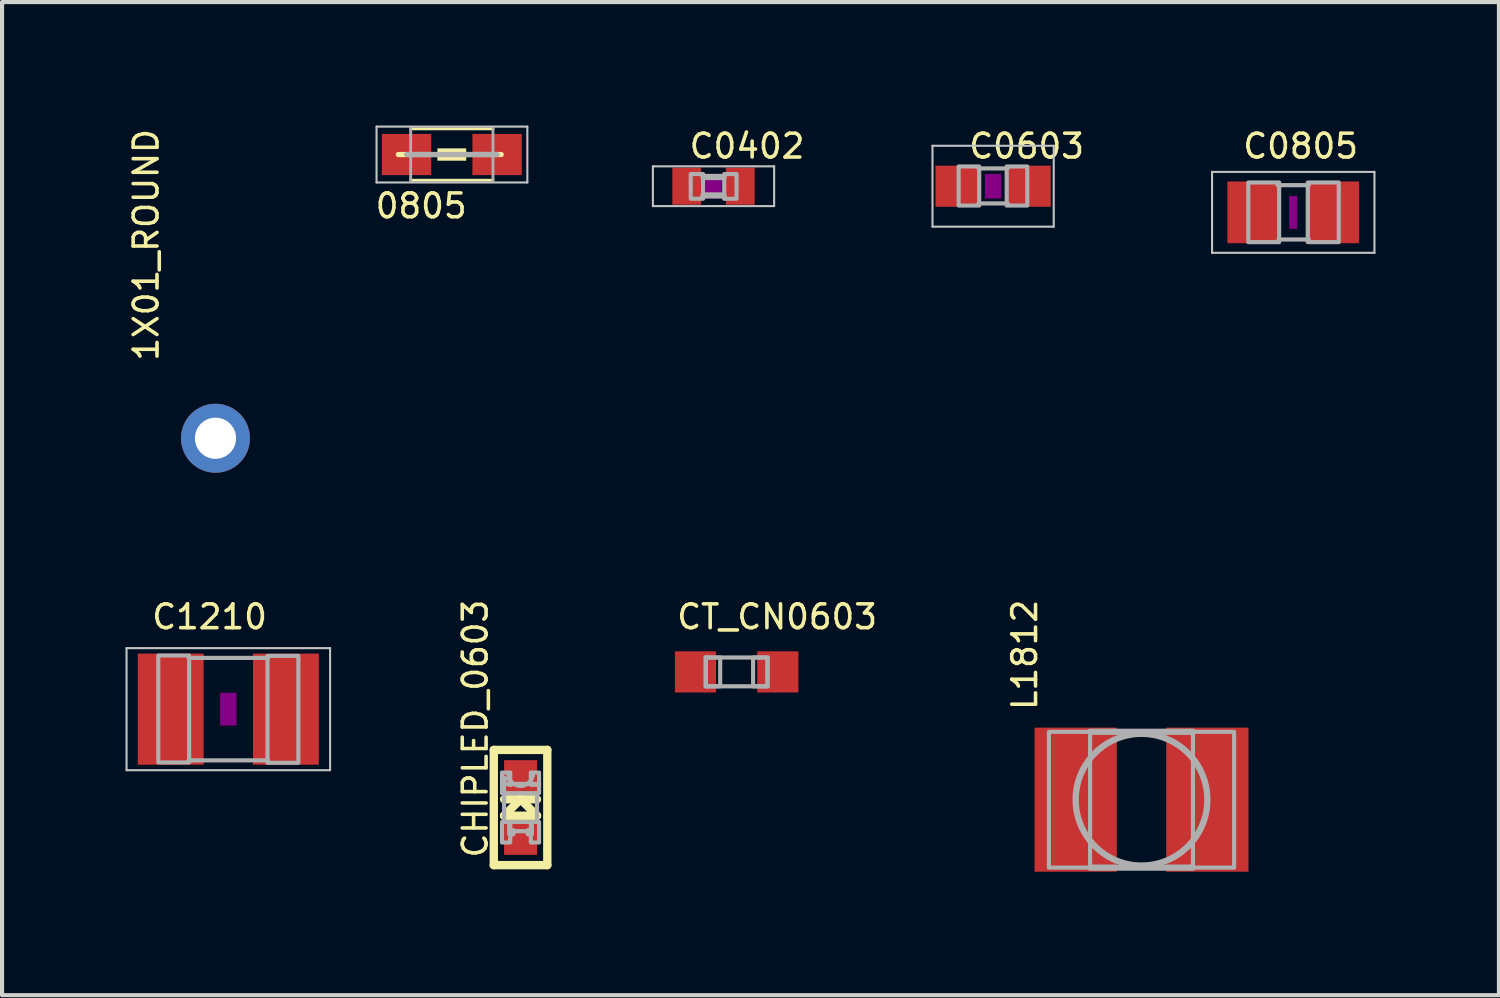
<source format=kicad_pcb>
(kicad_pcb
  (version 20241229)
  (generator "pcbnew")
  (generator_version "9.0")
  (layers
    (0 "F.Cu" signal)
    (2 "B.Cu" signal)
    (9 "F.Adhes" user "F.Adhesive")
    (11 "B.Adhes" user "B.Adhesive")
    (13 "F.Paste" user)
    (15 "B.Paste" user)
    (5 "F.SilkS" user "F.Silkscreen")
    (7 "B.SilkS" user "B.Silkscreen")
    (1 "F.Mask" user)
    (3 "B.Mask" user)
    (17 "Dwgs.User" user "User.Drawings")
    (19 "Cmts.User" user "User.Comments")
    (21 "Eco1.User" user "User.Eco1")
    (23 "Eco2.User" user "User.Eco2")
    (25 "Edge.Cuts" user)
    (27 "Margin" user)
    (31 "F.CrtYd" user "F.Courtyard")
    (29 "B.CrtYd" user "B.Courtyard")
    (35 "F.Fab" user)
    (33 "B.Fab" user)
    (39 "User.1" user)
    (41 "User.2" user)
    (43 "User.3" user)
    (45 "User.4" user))
  (footprint "CHIPLED_0603"
    (layer "F.Cu")
    (at 9.599 16.572)
    (property "Reference" "CHIPLED_0603" (at -0.762 1.27 90) (layer "F.SilkS") (effects (font (size 0.579 0.579) (thickness 0.087)) (justify left bottom)))
    (attr through_hole)
    (fp_line (start -0.65 -1.4) (end 0.65 -1.4) (stroke (width 0.203) (type solid)) (layer "F.SilkS"))
    (fp_line (start -0.65 1.4) (end -0.65 -1.4) (stroke (width 0.203) (type solid)) (layer "F.SilkS"))
    (fp_line (start -0.65 1.4) (end 0.65 1.4) (stroke (width 0.203) (type solid)) (layer "F.SilkS"))
    (fp_line (start -0.4 -0.2) (end 0 -0.2) (stroke (width 0.203) (type solid)) (layer "F.SilkS"))
    (fp_line (start -0.4 0.2) (end 0.4 0.2) (stroke (width 0.203) (type solid)) (layer "F.SilkS"))
    (fp_line (start 0 -0.2) (end -0.4 0.2) (stroke (width 0.203) (type solid)) (layer "F.SilkS"))
    (fp_line (start 0 -0.2) (end 0.4 -0.2) (stroke (width 0.203) (type solid)) (layer "F.SilkS"))
    (fp_line (start 0.4 0.2) (end 0 -0.2) (stroke (width 0.203) (type solid)) (layer "F.SilkS"))
    (fp_line (start 0.65 -1.4) (end 0.65 1.4) (stroke (width 0.203) (type solid)) (layer "F.SilkS"))
    (fp_line (start -0.4 -0.375) (end -0.4 0.35) (stroke (width 0.102) (type solid)) (layer "F.Fab"))
    (fp_line (start 0.4 -0.35) (end 0.4 0.35) (stroke (width 0.102) (type solid)) (layer "F.Fab"))
    (fp_arc (start -0.275 0.825) (mid 0 0.55) (end 0.275 0.825) (stroke (width 0.0508) (type solid)) (layer "F.Fab"))
    (fp_arc (start 0.3 -0.799998) (mid -0.000001 -0.524966) (end -0.3 -0.8) (stroke (width 0.1016) (type solid)) (layer "F.Fab"))
    (fp_circle (center -0.35 -0.625) (end -0.275 -0.625) (stroke (width 0.051) (type solid)) (fill no) (layer "F.Fab"))
    (fp_poly (pts (xy -0.45 -0.7) (xy -0.25 -0.7) (xy -0.25 -0.85) (xy -0.45 -0.85)) (stroke (width 0.1) (type solid)) (fill no) (layer "F.Fab"))
    (fp_poly (pts (xy -0.45 -0.35) (xy -0.4 -0.35) (xy -0.4 -0.725) (xy -0.45 -0.725)) (stroke (width 0.1) (type solid)) (fill no) (layer "F.Fab"))
    (fp_poly (pts (xy -0.45 -0.35) (xy 0.45 -0.35) (xy 0.45 -0.575) (xy -0.45 -0.575)) (stroke (width 0.1) (type solid)) (fill no) (layer "F.Fab"))
    (fp_poly (pts (xy -0.45 0.85) (xy -0.25 0.85) (xy -0.25 0.35) (xy -0.45 0.35)) (stroke (width 0.1) (type solid)) (fill no) (layer "F.Fab"))
    (fp_poly (pts (xy -0.275 -0.55) (xy -0.225 -0.55) (xy -0.225 -0.6) (xy -0.275 -0.6)) (stroke (width 0.1) (type solid)) (fill no) (layer "F.Fab"))
    (fp_poly (pts (xy -0.275 0.575) (xy 0.275 0.575) (xy 0.275 0.35) (xy -0.275 0.35)) (stroke (width 0.1) (type solid)) (fill no) (layer "F.Fab"))
    (fp_poly (pts (xy -0.275 0.65) (xy -0.175 0.65) (xy -0.175 0.55) (xy -0.275 0.55)) (stroke (width 0.1) (type solid)) (fill no) (layer "F.Fab"))
    (fp_poly (pts (xy 0.175 0.65) (xy 0.275 0.65) (xy 0.275 0.55) (xy 0.175 0.55)) (stroke (width 0.1) (type solid)) (fill no) (layer "F.Fab"))
    (fp_poly (pts (xy 0.25 -0.55) (xy 0.45 -0.55) (xy 0.45 -0.85) (xy 0.25 -0.85)) (stroke (width 0.1) (type solid)) (fill no) (layer "F.Fab"))
    (fp_poly (pts (xy 0.25 0.85) (xy 0.45 0.85) (xy 0.45 0.35) (xy 0.25 0.35)) (stroke (width 0.1) (type solid)) (fill no) (layer "F.Fab"))
    (pad "A" smd rect (at 0 0.75) (size 0.8 0.8) (layers "F.Cu" "F.Mask" "F.Paste"))
    (pad "C" smd rect (at 0 -0.75) (size 0.8 0.8) (layers "F.Cu" "F.Mask" "F.Paste")))
  (footprint "0805"
    (layer "F.Cu")
    (at 7.929 0.705)
    (property "Reference" "0805" (at -1.905 1.587 0) (layer "F.SilkS") (effects (font (size 0.579 0.579) (thickness 0.087)) (justify left bottom)))
    (attr through_hole)
    (fp_line (start -1.3 0) (end 1.2 0) (stroke (width 0.127) (type solid)) (layer "F.SilkS"))
    (fp_line (start -1 -0.625) (end 1 -0.625) (stroke (width 0.07) (type solid)) (layer "F.SilkS"))
    (fp_line (start 1 0.625) (end -1 0.625) (stroke (width 0.07) (type solid)) (layer "F.SilkS"))
    (fp_poly (pts (xy -0.35 0.15) (xy 0.35 0.15) (xy 0.35 -0.15) (xy -0.35 -0.15)) (stroke (width 0) (type solid)) (fill yes) (layer "F.SilkS"))
    (fp_line (start -1.829 -0.679) (end 1.835 -0.679) (stroke (width 0.051) (type solid)) (layer "Dwgs.User"))
    (fp_line (start -1.829 0.679) (end -1.829 -0.679) (stroke (width 0.051) (type solid)) (layer "Dwgs.User"))
    (fp_line (start 1.835 -0.679) (end 1.835 0.679) (stroke (width 0.051) (type solid)) (layer "Dwgs.User"))
    (fp_line (start 1.835 0.679) (end -1.829 0.679) (stroke (width 0.051) (type solid)) (layer "Dwgs.User"))
    (fp_line (start -1.1 0) (end 1.1 0) (stroke (width 0.127) (type solid)) (layer "F.Fab"))
    (fp_line (start -1 0.625) (end -1 -0.625) (stroke (width 0.07) (type solid)) (layer "F.Fab"))
    (fp_line (start 1 -0.625) (end 1 0.625) (stroke (width 0.07) (type solid)) (layer "F.Fab"))
    (pad "1" smd rect (at -1.1 0) (size 1.2 1) (layers "F.Cu" "F.Mask" "F.Paste"))
    (pad "2" smd rect (at 1.1 0) (size 1.2 1) (layers "F.Cu" "F.Mask" "F.Paste")))
  (footprint "1X01_ROUND"
    (layer "F.Cu")
    (at 2.186 7.599)
    (property "Reference" "1X01_ROUND" (at -1.346 -1.829 90) (layer "F.SilkS") (effects (font (size 0.579 0.579) (thickness 0.087)) (justify left bottom)))
    (attr through_hole)
    (fp_poly (pts (xy -0.254 0.254) (xy 0.254 0.254) (xy 0.254 -0.254) (xy -0.254 -0.254)) (stroke (width 0.1) (type solid)) (fill no) (layer "F.Fab"))
    (pad "1" thru_hole circle (at 0 0 90) (size 1.676 1.676) (drill 1) (layers "*.Cu" "*.Mask")))
  (footprint "L1812"
    (layer "F.Cu")
    (at 24.688 16.382)
    (property "Reference" "L1812" (at -2.5 -2.125 270) (layer "F.SilkS") (effects (font (size 0.579 0.579) (thickness 0.087)) (justify left bottom)))
    (attr through_hole)
    (fp_line (start 1.25 -1.65) (end -1.25 -1.65) (stroke (width 0.152) (type solid)) (layer "F.Fab"))
    (fp_line (start 1.25 1.65) (end -1.25 1.65) (stroke (width 0.152) (type solid)) (layer "F.Fab"))
    (fp_circle (center 0 0) (end 1.6 0) (stroke (width 0.152) (type solid)) (fill no) (layer "F.Fab"))
    (fp_poly (pts (xy -2.25 1.65) (xy -1.25 1.65) (xy -1.25 -1.65) (xy -2.25 -1.65)) (stroke (width 0.1) (type solid)) (fill no) (layer "F.Fab"))
    (fp_poly (pts (xy 1.25 1.65) (xy 2.25 1.65) (xy 2.25 -1.65) (xy 1.25 -1.65)) (stroke (width 0.1) (type solid)) (fill no) (layer "F.Fab"))
    (pad "1" smd rect (at -1.6 0) (size 2 3.5) (layers "F.Cu" "F.Mask" "F.Paste"))
    (pad "2" smd rect (at 1.6 0) (size 2 3.5) (layers "F.Cu" "F.Mask" "F.Paste")))
  (footprint "CT_CN0603"
    (layer "F.Cu")
    (at 14.85 13.277)
    (property "Reference" "CT_CN0603" (at -1.5 -1 180) (layer "F.SilkS") (effects (font (size 0.579 0.579) (thickness 0.087)) (justify left bottom)))
    (attr through_hole)
    (fp_line (start -0.75 -0.35) (end 0.75 -0.35) (stroke (width 0.102) (type solid)) (layer "F.Fab"))
    (fp_line (start -0.75 0.35) (end -0.75 -0.35) (stroke (width 0.102) (type solid)) (layer "F.Fab"))
    (fp_line (start 0.75 -0.35) (end 0.75 0.35) (stroke (width 0.102) (type solid)) (layer "F.Fab"))
    (fp_line (start 0.75 0.35) (end -0.75 0.35) (stroke (width 0.102) (type solid)) (layer "F.Fab"))
    (fp_poly (pts (xy -0.75 0.35) (xy -0.4 0.35) (xy -0.4 -0.35) (xy -0.75 -0.35)) (stroke (width 0.1) (type solid)) (fill no) (layer "F.Fab"))
    (fp_poly (pts (xy 0.75 -0.35) (xy 0.4 -0.35) (xy 0.4 0.35) (xy 0.75 0.35)) (stroke (width 0.1) (type solid)) (fill no) (layer "F.Fab"))
    (pad "1" smd rect (at -1 0) (size 1 1) (layers "F.Cu" "F.Mask" "F.Paste"))
    (pad "2" smd rect (at 1 0) (size 1 1) (layers "F.Cu" "F.Mask" "F.Paste")))
  (footprint "C1210"
    (layer "F.Cu")
    (at 2.498 14.182)
    (property "Reference" "C1210" (at -1.905 -1.905 0) (layer "F.SilkS") (effects (font (size 0.579 0.579) (thickness 0.087)) (justify left bottom)))
    (attr through_hole)
    (fp_poly (pts (xy -0.2 0.4) (xy 0.2 0.4) (xy 0.2 -0.4) (xy -0.2 -0.4)) (stroke (width 0) (type solid)) (fill yes) (layer "F.Adhes"))
    (fp_line (start -2.473 -1.483) (end 2.473 -1.483) (stroke (width 0.051) (type solid)) (layer "Dwgs.User"))
    (fp_line (start -2.473 1.483) (end -2.473 -1.483) (stroke (width 0.051) (type solid)) (layer "Dwgs.User"))
    (fp_line (start 2.473 -1.483) (end 2.473 1.483) (stroke (width 0.051) (type solid)) (layer "Dwgs.User"))
    (fp_line (start 2.473 1.483) (end -2.473 1.483) (stroke (width 0.051) (type solid)) (layer "Dwgs.User"))
    (fp_line (start -0.965 -1.245) (end 0.965 -1.245) (stroke (width 0.102) (type solid)) (layer "F.Fab"))
    (fp_line (start -0.965 1.245) (end 0.965 1.245) (stroke (width 0.102) (type solid)) (layer "F.Fab"))
    (fp_poly (pts (xy -1.702 1.295) (xy -0.952 1.295) (xy -0.952 -1.304) (xy -1.702 -1.304)) (stroke (width 0.1) (type solid)) (fill no) (layer "F.Fab"))
    (fp_poly (pts (xy 0.952 1.304) (xy 1.702 1.304) (xy 1.702 -1.295) (xy 0.952 -1.295)) (stroke (width 0.1) (type solid)) (fill no) (layer "F.Fab"))
    (pad "1" smd rect (at -1.4 0) (size 1.6 2.7) (layers "F.Cu" "F.Mask" "F.Paste"))
    (pad "2" smd rect (at 1.4 0) (size 1.6 2.7) (layers "F.Cu" "F.Mask" "F.Paste")))
  (footprint "C0402"
    (layer "F.Cu")
    (at 14.288 1.475)
    (property "Reference" "C0402" (at -0.635 -0.635 180) (layer "F.SilkS") (effects (font (size 0.579 0.579) (thickness 0.087)) (justify left bottom)))
    (attr through_hole)
    (fp_poly (pts (xy -0.2 0.3) (xy 0.2 0.3) (xy 0.2 -0.3) (xy -0.2 -0.3)) (stroke (width 0) (type solid)) (fill yes) (layer "F.Adhes"))
    (fp_line (start -1.473 -0.483) (end 1.473 -0.483) (stroke (width 0.051) (type solid)) (layer "Dwgs.User"))
    (fp_line (start -1.473 0.483) (end -1.473 -0.483) (stroke (width 0.051) (type solid)) (layer "Dwgs.User"))
    (fp_line (start 1.473 -0.483) (end 1.473 0.483) (stroke (width 0.051) (type solid)) (layer "Dwgs.User"))
    (fp_line (start 1.473 0.483) (end -1.473 0.483) (stroke (width 0.051) (type solid)) (layer "Dwgs.User"))
    (fp_line (start -0.245 -0.224) (end 0.245 -0.224) (stroke (width 0.152) (type solid)) (layer "F.Fab"))
    (fp_line (start 0.245 0.224) (end -0.245 0.224) (stroke (width 0.152) (type solid)) (layer "F.Fab"))
    (fp_poly (pts (xy -0.554 0.305) (xy -0.254 0.305) (xy -0.254 -0.295) (xy -0.554 -0.295)) (stroke (width 0.1) (type solid)) (fill no) (layer "F.Fab"))
    (fp_poly (pts (xy 0.259 0.305) (xy 0.559 0.305) (xy 0.559 -0.295) (xy 0.259 -0.295)) (stroke (width 0.1) (type solid)) (fill no) (layer "F.Fab"))
    (pad "1" smd rect (at -0.65 0) (size 0.7 0.9) (layers "F.Cu" "F.Mask" "F.Paste"))
    (pad "2" smd rect (at 0.65 0) (size 0.7 0.9) (layers "F.Cu" "F.Mask" "F.Paste")))
  (footprint "C0603"
    (layer "F.Cu")
    (at 21.082 1.475)
    (property "Reference" "C0603" (at -0.635 -0.635 0) (layer "F.SilkS") (effects (font (size 0.579 0.579) (thickness 0.087)) (justify left bottom)))
    (attr through_hole)
    (fp_poly (pts (xy -0.2 0.3) (xy 0.2 0.3) (xy 0.2 -0.3) (xy -0.2 -0.3)) (stroke (width 0) (type solid)) (fill yes) (layer "F.Adhes"))
    (fp_line (start -1.473 -0.983) (end 1.473 -0.983) (stroke (width 0.051) (type solid)) (layer "Dwgs.User"))
    (fp_line (start -1.473 0.983) (end -1.473 -0.983) (stroke (width 0.051) (type solid)) (layer "Dwgs.User"))
    (fp_line (start 1.473 -0.983) (end 1.473 0.983) (stroke (width 0.051) (type solid)) (layer "Dwgs.User"))
    (fp_line (start 1.473 0.983) (end -1.473 0.983) (stroke (width 0.051) (type solid)) (layer "Dwgs.User"))
    (fp_line (start -0.356 -0.432) (end 0.356 -0.432) (stroke (width 0.102) (type solid)) (layer "F.Fab"))
    (fp_line (start -0.356 0.419) (end 0.356 0.419) (stroke (width 0.102) (type solid)) (layer "F.Fab"))
    (fp_poly (pts (xy -0.838 0.47) (xy -0.338 0.47) (xy -0.338 -0.48) (xy -0.838 -0.48)) (stroke (width 0.1) (type solid)) (fill no) (layer "F.Fab"))
    (fp_poly (pts (xy 0.33 0.47) (xy 0.83 0.47) (xy 0.83 -0.48) (xy 0.33 -0.48)) (stroke (width 0.1) (type solid)) (fill no) (layer "F.Fab"))
    (pad "1" smd rect (at -0.85 0) (size 1.1 1) (layers "F.Cu" "F.Mask" "F.Paste"))
    (pad "2" smd rect (at 0.85 0) (size 1.1 1) (layers "F.Cu" "F.Mask" "F.Paste")))
  (footprint "C0805"
    (layer "F.Cu")
    (at 28.375 2.11)
    (property "Reference" "C0805" (at -1.27 -1.27 180) (layer "F.SilkS") (effects (font (size 0.579 0.579) (thickness 0.087)) (justify left bottom)))
    (attr through_hole)
    (fp_poly (pts (xy -0.1 0.4) (xy 0.1 0.4) (xy 0.1 -0.4) (xy -0.1 -0.4)) (stroke (width 0) (type solid)) (fill yes) (layer "F.Adhes"))
    (fp_line (start -1.973 -0.983) (end 1.973 -0.983) (stroke (width 0.051) (type solid)) (layer "Dwgs.User"))
    (fp_line (start -1.973 0.983) (end -1.973 -0.983) (stroke (width 0.051) (type solid)) (layer "Dwgs.User"))
    (fp_line (start 1.973 -0.983) (end 1.973 0.983) (stroke (width 0.051) (type solid)) (layer "Dwgs.User"))
    (fp_line (start 1.973 0.983) (end -1.973 0.983) (stroke (width 0.051) (type solid)) (layer "Dwgs.User"))
    (fp_line (start -0.381 -0.66) (end 0.381 -0.66) (stroke (width 0.102) (type solid)) (layer "F.Fab"))
    (fp_line (start -0.356 0.66) (end 0.381 0.66) (stroke (width 0.102) (type solid)) (layer "F.Fab"))
    (fp_poly (pts (xy -1.092 0.724) (xy -0.342 0.724) (xy -0.342 -0.726) (xy -1.092 -0.726)) (stroke (width 0.1) (type solid)) (fill no) (layer "F.Fab"))
    (fp_poly (pts (xy 0.356 0.724) (xy 1.106 0.724) (xy 1.106 -0.726) (xy 0.356 -0.726)) (stroke (width 0.1) (type solid)) (fill no) (layer "F.Fab"))
    (pad "1" smd rect (at -0.95 0) (size 1.3 1.5) (layers "F.Cu" "F.Mask" "F.Paste"))
    (pad "2" smd rect (at 0.95 0) (size 1.3 1.5) (layers "F.Cu" "F.Mask" "F.Paste")))
  (gr_rect
    (start -3 -3)
    (end 33.373 21.132)
    (stroke (width 0.1) (type default))
    (fill no)
    (layer "Edge.Cuts")))
</source>
